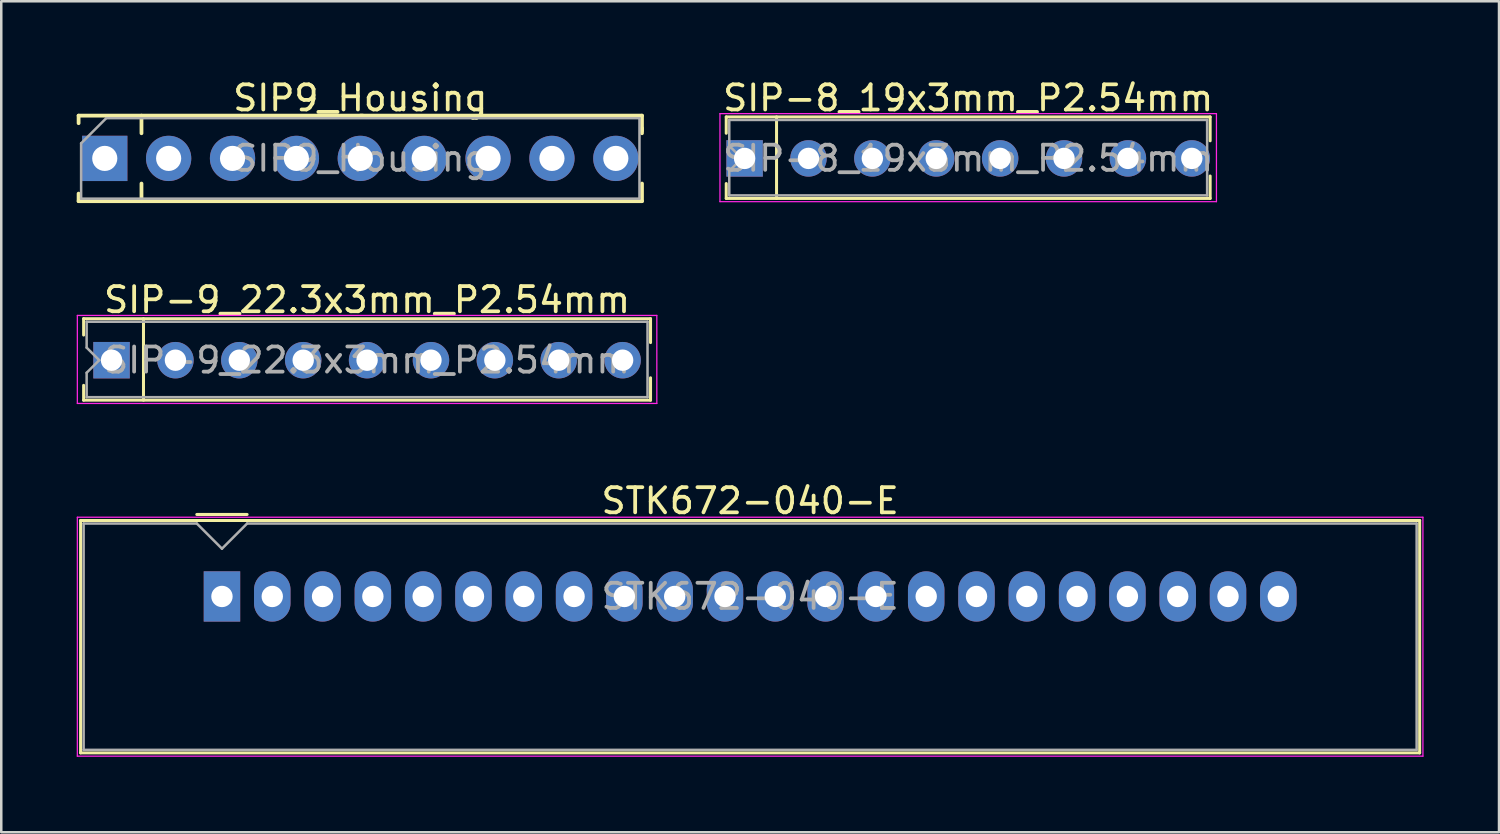
<source format=kicad_pcb>
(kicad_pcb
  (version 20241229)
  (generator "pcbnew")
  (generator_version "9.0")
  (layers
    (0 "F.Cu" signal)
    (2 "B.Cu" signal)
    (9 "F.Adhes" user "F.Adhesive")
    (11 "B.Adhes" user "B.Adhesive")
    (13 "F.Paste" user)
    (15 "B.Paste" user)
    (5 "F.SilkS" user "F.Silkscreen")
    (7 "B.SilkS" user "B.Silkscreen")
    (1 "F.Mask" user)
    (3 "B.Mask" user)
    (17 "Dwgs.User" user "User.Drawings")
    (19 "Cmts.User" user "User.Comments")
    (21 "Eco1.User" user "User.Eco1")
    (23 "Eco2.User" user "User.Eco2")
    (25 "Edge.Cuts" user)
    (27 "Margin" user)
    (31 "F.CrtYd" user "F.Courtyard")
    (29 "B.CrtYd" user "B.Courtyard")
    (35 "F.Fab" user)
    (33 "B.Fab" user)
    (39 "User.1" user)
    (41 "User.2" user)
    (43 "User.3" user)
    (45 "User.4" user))
  (footprint "SIP-8_19x3mm_P2.54mm"
    (layer "F.Cu")
    (at 26.555 3.248)
    (property "Reference" "SIP-8_19x3mm_P2.54mm" (at 8.89 -2.4 0) (layer "F.SilkS") (effects (font (size 1 1) (thickness 0.15))))
    (attr through_hole)
    (fp_line (start -0.73 -1.65) (end -0.73 -1) (stroke (width 0.12) (type solid)) (layer "F.SilkS"))
    (fp_line (start -0.73 1.59) (end -0.73 1) (stroke (width 0.12) (type solid)) (layer "F.SilkS"))
    (fp_line (start 1.27 1.59) (end 1.27 -1.65) (stroke (width 0.12) (type solid)) (layer "F.SilkS"))
    (fp_line (start 18.51 -1.65) (end -0.73 -1.65) (stroke (width 0.12) (type solid)) (layer "F.SilkS"))
    (fp_line (start 18.51 -1.65) (end 18.51 -0.7) (stroke (width 0.12) (type solid)) (layer "F.SilkS"))
    (fp_line (start 18.51 1.59) (end -0.73 1.59) (stroke (width 0.12) (type solid)) (layer "F.SilkS"))
    (fp_line (start 18.51 1.59) (end 18.51 0.7) (stroke (width 0.12) (type solid)) (layer "F.SilkS"))
    (fp_line (start -0.98 -1.78) (end 18.76 -1.78) (stroke (width 0.05) (type solid)) (layer "F.CrtYd"))
    (fp_line (start -0.98 1.72) (end -0.98 -1.78) (stroke (width 0.05) (type solid)) (layer "F.CrtYd"))
    (fp_line (start 18.76 -1.78) (end 18.76 1.72) (stroke (width 0.05) (type solid)) (layer "F.CrtYd"))
    (fp_line (start 18.76 1.72) (end -0.98 1.72) (stroke (width 0.05) (type solid)) (layer "F.CrtYd"))
    (fp_line (start -0.61 -1.53) (end -0.61 -0.5) (stroke (width 0.1) (type solid)) (layer "F.Fab"))
    (fp_line (start -0.61 -0.5) (end -0.11 0) (stroke (width 0.1) (type solid)) (layer "F.Fab"))
    (fp_line (start -0.61 0.5) (end -0.61 1.47) (stroke (width 0.1) (type solid)) (layer "F.Fab"))
    (fp_line (start -0.11 0) (end -0.61 0.5) (stroke (width 0.1) (type solid)) (layer "F.Fab"))
    (fp_line (start 18.39 -1.53) (end -0.61 -1.53) (stroke (width 0.1) (type solid)) (layer "F.Fab"))
    (fp_line (start 18.39 -1.53) (end 18.39 1.47) (stroke (width 0.1) (type solid)) (layer "F.Fab"))
    (fp_line (start 18.39 1.47) (end -0.61 1.47) (stroke (width 0.1) (type solid)) (layer "F.Fab"))
    (fp_text user "${REFERENCE}" (at 8.89 0 0) (layer "F.Fab") (effects (font (size 1 1) (thickness 0.15))))
    (pad "1" thru_hole rect (at 0 0 90) (size 1.45 1.45) (drill 0.85) (layers "*.Cu" "*.Mask"))
    (pad "2" thru_hole circle (at 2.54 0 90) (size 1.45 1.45) (drill 0.85) (layers "*.Cu" "*.Mask"))
    (pad "3" thru_hole circle (at 5.08 0 90) (size 1.45 1.45) (drill 0.85) (layers "*.Cu" "*.Mask"))
    (pad "4" thru_hole circle (at 7.62 0 90) (size 1.45 1.45) (drill 0.85) (layers "*.Cu" "*.Mask"))
    (pad "5" thru_hole circle (at 10.16 0 90) (size 1.45 1.45) (drill 0.85) (layers "*.Cu" "*.Mask"))
    (pad "6" thru_hole circle (at 12.7 0 90) (size 1.45 1.45) (drill 0.85) (layers "*.Cu" "*.Mask"))
    (pad "7" thru_hole circle (at 15.24 0 90) (size 1.45 1.45) (drill 0.85) (layers "*.Cu" "*.Mask"))
    (pad "8" thru_hole circle (at 17.78 0 90) (size 1.45 1.45) (drill 0.85) (layers "*.Cu" "*.Mask")))
  (footprint "SIP-9_22.3x3mm_P2.54mm"
    (layer "F.Cu")
    (at 1.385 11.271)
    (property "Reference" "SIP-9_22.3x3mm_P2.54mm" (at 10.16 -2.4 0) (layer "F.SilkS") (effects (font (size 1 1) (thickness 0.15))))
    (attr through_hole)
    (fp_line (start -1.11 -1.65) (end -1.11 -1) (stroke (width 0.12) (type solid)) (layer "F.SilkS"))
    (fp_line (start -1.11 1.59) (end -1.11 1) (stroke (width 0.12) (type solid)) (layer "F.SilkS"))
    (fp_line (start 1.27 1.59) (end 1.27 -1.65) (stroke (width 0.12) (type solid)) (layer "F.SilkS"))
    (fp_line (start 21.43 -1.65) (end -1.11 -1.65) (stroke (width 0.12) (type solid)) (layer "F.SilkS"))
    (fp_line (start 21.43 -1.65) (end 21.43 -0.7) (stroke (width 0.12) (type solid)) (layer "F.SilkS"))
    (fp_line (start 21.43 1.59) (end -1.11 1.59) (stroke (width 0.12) (type solid)) (layer "F.SilkS"))
    (fp_line (start 21.43 1.59) (end 21.43 0.7) (stroke (width 0.12) (type solid)) (layer "F.SilkS"))
    (fp_line (start -1.36 -1.78) (end 21.68 -1.78) (stroke (width 0.05) (type solid)) (layer "F.CrtYd"))
    (fp_line (start -1.36 1.72) (end -1.36 -1.78) (stroke (width 0.05) (type solid)) (layer "F.CrtYd"))
    (fp_line (start 21.68 -1.78) (end 21.68 1.72) (stroke (width 0.05) (type solid)) (layer "F.CrtYd"))
    (fp_line (start 21.68 1.72) (end -1.36 1.72) (stroke (width 0.05) (type solid)) (layer "F.CrtYd"))
    (fp_line (start -0.99 -1.53) (end -0.99 -0.5) (stroke (width 0.1) (type solid)) (layer "F.Fab"))
    (fp_line (start -0.99 -0.5) (end -0.49 0) (stroke (width 0.1) (type solid)) (layer "F.Fab"))
    (fp_line (start -0.99 0.5) (end -0.99 1.47) (stroke (width 0.1) (type solid)) (layer "F.Fab"))
    (fp_line (start -0.49 0) (end -0.99 0.5) (stroke (width 0.1) (type solid)) (layer "F.Fab"))
    (fp_line (start 21.31 -1.53) (end -0.99 -1.53) (stroke (width 0.1) (type solid)) (layer "F.Fab"))
    (fp_line (start 21.31 -1.53) (end 21.31 1.47) (stroke (width 0.1) (type solid)) (layer "F.Fab"))
    (fp_line (start 21.31 1.47) (end -0.99 1.47) (stroke (width 0.1) (type solid)) (layer "F.Fab"))
    (fp_text user "${REFERENCE}" (at 10.16 0 0) (layer "F.Fab") (effects (font (size 1 1) (thickness 0.15))))
    (pad "1" thru_hole rect (at 0 0 90) (size 1.45 1.45) (drill 0.85) (layers "*.Cu" "*.Mask"))
    (pad "2" thru_hole circle (at 2.54 0 90) (size 1.45 1.45) (drill 0.85) (layers "*.Cu" "*.Mask"))
    (pad "3" thru_hole circle (at 5.08 0 90) (size 1.45 1.45) (drill 0.85) (layers "*.Cu" "*.Mask"))
    (pad "4" thru_hole circle (at 7.62 0 90) (size 1.45 1.45) (drill 0.85) (layers "*.Cu" "*.Mask"))
    (pad "5" thru_hole circle (at 10.16 0 90) (size 1.45 1.45) (drill 0.85) (layers "*.Cu" "*.Mask"))
    (pad "6" thru_hole circle (at 12.7 0 90) (size 1.45 1.45) (drill 0.85) (layers "*.Cu" "*.Mask"))
    (pad "7" thru_hole circle (at 15.24 0 90) (size 1.45 1.45) (drill 0.85) (layers "*.Cu" "*.Mask"))
    (pad "8" thru_hole circle (at 17.78 0 90) (size 1.45 1.45) (drill 0.85) (layers "*.Cu" "*.Mask"))
    (pad "9" thru_hole circle (at 20.32 0 90) (size 1.45 1.45) (drill 0.85) (layers "*.Cu" "*.Mask")))
  (footprint "SIP9_Housing"
    (layer "F.Cu")
    (at 11.275 3.248)
    (property "Reference" "SIP9_Housing" (at 0 -2.4 0) (layer "F.SilkS") (effects (font (size 1 1) (thickness 0.15))))
    (attr through_hole)
    (fp_line (start -11.2 -1.7) (end -11.2 -1.4) (stroke (width 0.15) (type solid)) (layer "F.SilkS"))
    (fp_line (start -11.2 1.7) (end -11.2 1.4) (stroke (width 0.15) (type solid)) (layer "F.SilkS"))
    (fp_line (start -8.7 -1.7) (end -8.7 -1) (stroke (width 0.15) (type solid)) (layer "F.SilkS"))
    (fp_line (start -8.7 1.7) (end -8.7 1) (stroke (width 0.15) (type solid)) (layer "F.SilkS"))
    (fp_line (start 0 -1.7) (end 11.2 -1.7) (stroke (width 0.15) (type solid)) (layer "F.SilkS"))
    (fp_line (start 0 1.7) (end -11.2 1.7) (stroke (width 0.15) (type solid)) (layer "F.SilkS"))
    (fp_line (start 0 1.7) (end 11.2 1.7) (stroke (width 0.15) (type solid)) (layer "F.SilkS"))
    (fp_line (start 0.1 -1.7) (end -11.2 -1.7) (stroke (width 0.15) (type solid)) (layer "F.SilkS"))
    (fp_line (start 11.2 -1.7) (end 11.2 -1.1) (stroke (width 0.15) (type solid)) (layer "F.SilkS"))
    (fp_line (start 11.2 -1.2) (end 11.2 -1) (stroke (width 0.15) (type solid)) (layer "F.SilkS"))
    (fp_line (start 11.2 1.7) (end 11.2 1) (stroke (width 0.15) (type solid)) (layer "F.SilkS"))
    (fp_line (start -11.1 -0.6) (end -10.1 -1.6) (stroke (width 0.1) (type solid)) (layer "F.Fab"))
    (fp_line (start -11.1 1.6) (end -11.1 -0.6) (stroke (width 0.1) (type solid)) (layer "F.Fab"))
    (fp_line (start -10.1 -1.6) (end 11.1 -1.6) (stroke (width 0.1) (type solid)) (layer "F.Fab"))
    (fp_line (start 11.1 -1.6) (end 11.1 1.6) (stroke (width 0.1) (type solid)) (layer "F.Fab"))
    (fp_line (start 11.1 1.6) (end -11.1 1.6) (stroke (width 0.1) (type solid)) (layer "F.Fab"))
    (fp_text user "${REFERENCE}" (at 0 0 0) (layer "F.Fab") (effects (font (size 1 1) (thickness 0.15))))
    (pad "1" thru_hole rect (at -10.16 0 90) (size 1.8 1.8) (drill 1) (layers "*.Cu" "*.Mask"))
    (pad "2" thru_hole circle (at -7.62 0 90) (size 1.8 1.8) (drill 1) (layers "*.Cu" "*.Mask"))
    (pad "3" thru_hole circle (at -5.08 0 90) (size 1.8 1.8) (drill 1) (layers "*.Cu" "*.Mask"))
    (pad "4" thru_hole circle (at -2.54 0 90) (size 1.8 1.8) (drill 1) (layers "*.Cu" "*.Mask"))
    (pad "5" thru_hole circle (at 0 0 90) (size 1.8 1.8) (drill 1) (layers "*.Cu" "*.Mask"))
    (pad "6" thru_hole circle (at 2.54 0 90) (size 1.8 1.8) (drill 1) (layers "*.Cu" "*.Mask"))
    (pad "7" thru_hole circle (at 5.08 0 90) (size 1.8 1.8) (drill 1) (layers "*.Cu" "*.Mask"))
    (pad "8" thru_hole circle (at 7.62 0 90) (size 1.8 1.8) (drill 1) (layers "*.Cu" "*.Mask"))
    (pad "9" thru_hole circle (at 10.16 0 90) (size 1.8 1.8) (drill 1) (layers "*.Cu" "*.Mask")))
  (footprint "STK672-040-E"
    (layer "F.Cu")
    (at 5.775 20.665)
    (property "Reference" "STK672-040-E" (at 21 -3.8 0) (layer "F.SilkS") (effects (font (size 1 1) (thickness 0.15))))
    (attr through_hole)
    (fp_line (start -5.62 -3.02) (end 47.62 -3.02) (stroke (width 0.12) (type solid)) (layer "F.SilkS"))
    (fp_line (start -5.62 6.22) (end -5.62 -3.02) (stroke (width 0.12) (type solid)) (layer "F.SilkS"))
    (fp_line (start -1 -3.26) (end 1 -3.26) (stroke (width 0.12) (type solid)) (layer "F.SilkS"))
    (fp_line (start 47.62 -3.02) (end 47.62 6.22) (stroke (width 0.12) (type solid)) (layer "F.SilkS"))
    (fp_line (start 47.62 6.22) (end -5.62 6.22) (stroke (width 0.12) (type solid)) (layer "F.SilkS"))
    (fp_line (start -5.75 -3.15) (end 47.75 -3.15) (stroke (width 0.05) (type solid)) (layer "F.CrtYd"))
    (fp_line (start -5.75 6.35) (end -5.75 -3.15) (stroke (width 0.05) (type solid)) (layer "F.CrtYd"))
    (fp_line (start 47.75 -3.15) (end 47.75 6.35) (stroke (width 0.05) (type solid)) (layer "F.CrtYd"))
    (fp_line (start 47.75 6.35) (end -5.75 6.35) (stroke (width 0.05) (type solid)) (layer "F.CrtYd"))
    (fp_line (start -5.5 -2.9) (end -1 -2.9) (stroke (width 0.1) (type solid)) (layer "F.Fab"))
    (fp_line (start -5.5 6.1) (end -5.5 -2.9) (stroke (width 0.1) (type solid)) (layer "F.Fab"))
    (fp_line (start -1 -2.9) (end 0 -1.9) (stroke (width 0.1) (type solid)) (layer "F.Fab"))
    (fp_line (start 0 -1.9) (end 1 -2.9) (stroke (width 0.1) (type solid)) (layer "F.Fab"))
    (fp_line (start 1 -2.9) (end 47.5 -2.9) (stroke (width 0.1) (type solid)) (layer "F.Fab"))
    (fp_line (start 47.5 -2.9) (end 47.5 6.1) (stroke (width 0.1) (type solid)) (layer "F.Fab"))
    (fp_line (start 47.5 6.1) (end -5.5 6.1) (stroke (width 0.1) (type solid)) (layer "F.Fab"))
    (fp_text user "${REFERENCE}" (at 21 0 0) (layer "F.Fab") (effects (font (size 1 1) (thickness 0.15))))
    (pad "1" thru_hole rect (at 0 0) (size 1.45 2) (drill 0.85) (layers "*.Cu" "*.Mask"))
    (pad "2" thru_hole oval (at 2 0) (size 1.45 2) (drill 0.85) (layers "*.Cu" "*.Mask"))
    (pad "3" thru_hole oval (at 4 0) (size 1.45 2) (drill 0.85) (layers "*.Cu" "*.Mask"))
    (pad "4" thru_hole oval (at 6 0) (size 1.45 2) (drill 0.85) (layers "*.Cu" "*.Mask"))
    (pad "5" thru_hole oval (at 8 0) (size 1.45 2) (drill 0.85) (layers "*.Cu" "*.Mask"))
    (pad "6" thru_hole oval (at 10 0) (size 1.45 2) (drill 0.85) (layers "*.Cu" "*.Mask"))
    (pad "7" thru_hole oval (at 12 0) (size 1.45 2) (drill 0.85) (layers "*.Cu" "*.Mask"))
    (pad "8" thru_hole oval (at 14 0) (size 1.45 2) (drill 0.85) (layers "*.Cu" "*.Mask"))
    (pad "9" thru_hole oval (at 16 0) (size 1.45 2) (drill 0.85) (layers "*.Cu" "*.Mask"))
    (pad "10" thru_hole oval (at 18 0) (size 1.45 2) (drill 0.85) (layers "*.Cu" "*.Mask"))
    (pad "11" thru_hole oval (at 20 0) (size 1.45 2) (drill 0.85) (layers "*.Cu" "*.Mask"))
    (pad "12" thru_hole oval (at 22 0) (size 1.45 2) (drill 0.85) (layers "*.Cu" "*.Mask"))
    (pad "13" thru_hole oval (at 24 0) (size 1.45 2) (drill 0.85) (layers "*.Cu" "*.Mask"))
    (pad "14" thru_hole oval (at 26 0) (size 1.45 2) (drill 0.85) (layers "*.Cu" "*.Mask"))
    (pad "15" thru_hole oval (at 28 0) (size 1.45 2) (drill 0.85) (layers "*.Cu" "*.Mask"))
    (pad "16" thru_hole oval (at 30 0) (size 1.45 2) (drill 0.85) (layers "*.Cu" "*.Mask"))
    (pad "17" thru_hole oval (at 32 0) (size 1.45 2) (drill 0.85) (layers "*.Cu" "*.Mask"))
    (pad "18" thru_hole oval (at 34 0) (size 1.45 2) (drill 0.85) (layers "*.Cu" "*.Mask"))
    (pad "19" thru_hole oval (at 36 0) (size 1.45 2) (drill 0.85) (layers "*.Cu" "*.Mask"))
    (pad "20" thru_hole oval (at 38 0) (size 1.45 2) (drill 0.85) (layers "*.Cu" "*.Mask"))
    (pad "21" thru_hole oval (at 40 0) (size 1.45 2) (drill 0.85) (layers "*.Cu" "*.Mask"))
    (pad "22" thru_hole oval (at 42 0) (size 1.45 2) (drill 0.85) (layers "*.Cu" "*.Mask")))
  (gr_rect
    (start -3 -3)
    (end 56.55 30.04)
    (stroke (width 0.1) (type default))
    (fill no)
    (layer "Edge.Cuts")))
</source>
